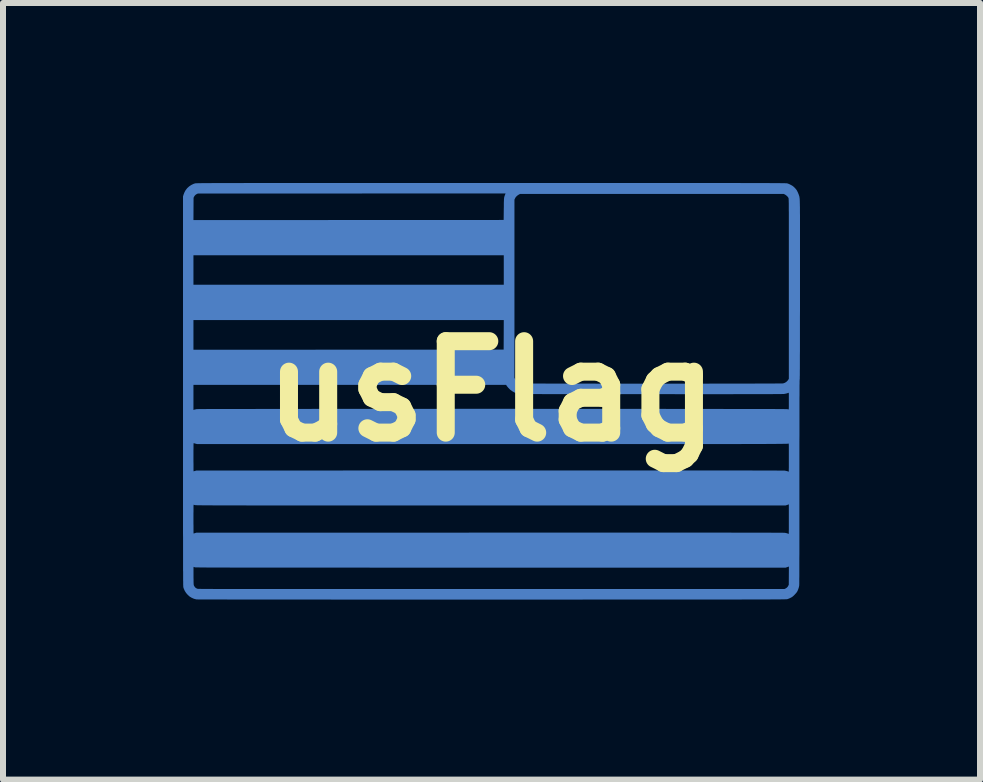
<source format=kicad_pcb>
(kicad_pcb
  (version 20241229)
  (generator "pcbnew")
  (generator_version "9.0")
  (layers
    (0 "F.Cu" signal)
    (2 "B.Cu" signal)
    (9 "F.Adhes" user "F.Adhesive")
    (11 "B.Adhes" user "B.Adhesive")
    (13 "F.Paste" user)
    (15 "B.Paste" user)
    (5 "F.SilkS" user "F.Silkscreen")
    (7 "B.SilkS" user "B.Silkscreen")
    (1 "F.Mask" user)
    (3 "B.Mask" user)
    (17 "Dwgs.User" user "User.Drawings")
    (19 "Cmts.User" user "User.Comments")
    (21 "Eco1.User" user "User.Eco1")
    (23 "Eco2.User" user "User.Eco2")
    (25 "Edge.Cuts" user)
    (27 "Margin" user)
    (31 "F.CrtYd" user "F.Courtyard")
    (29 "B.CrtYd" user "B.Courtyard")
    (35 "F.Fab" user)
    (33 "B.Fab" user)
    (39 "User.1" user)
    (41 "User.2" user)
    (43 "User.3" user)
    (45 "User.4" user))
  (footprint "usFlag"
    (layer "F.Cu")
    (at 5.141 3.471)
    (property "Reference" "usFlag" (at 0 0 0) (layer "F.SilkS") (effects (font (size 1.524 1.524) (thickness 0.3))))
    (attr through_hole)
    (pad "1" smd custom (at -0.9 -0.4) (size 0.5 0.5) (layers "B.Cu" "B.Mask") (options (anchor circle)) (primitives (gr_poly (pts (xy 1.329 -3.066) (xy 1.536 -3.066) (xy 1.736 -3.066) (xy 1.93 -3.066) (xy 2.118 -3.066) (xy 2.3 -3.066) (xy 2.476 -3.066) (xy 2.645 -3.066) (xy 2.809 -3.066) (xy 2.967 -3.066) (xy 3.12 -3.066) (xy 3.267 -3.066) (xy 3.408 -3.066) (xy 3.544 -3.066) (xy 3.675 -3.066) (xy 3.801 -3.066) (xy 3.922 -3.066) (xy 4.038 -3.066) (xy 4.149 -3.066) (xy 4.255 -3.066) (xy 4.357 -3.066) (xy 4.454 -3.066) (xy 4.547 -3.066) (xy 4.636 -3.066) (xy 4.72 -3.066) (xy 4.8 -3.066) (xy 4.876 -3.066) (xy 4.949 -3.066) (xy 5.017 -3.066) (xy 5.082 -3.065) (xy 5.143 -3.065) (xy 5.201 -3.065) (xy 5.256 -3.065) (xy 5.307 -3.065) (xy 5.355 -3.065) (xy 5.4 -3.065) (xy 5.441 -3.065) (xy 5.481 -3.065) (xy 5.517 -3.065) (xy 5.551 -3.064) (xy 5.582 -3.064) (xy 5.61 -3.064) (xy 5.637 -3.064) (xy 5.661 -3.064) (xy 5.683 -3.064) (xy 5.702 -3.064) (xy 5.72 -3.063) (xy 5.737 -3.063) (xy 5.751 -3.063) (xy 5.764 -3.063) (xy 5.775 -3.063) (xy 5.785 -3.063) (xy 5.793 -3.062) (xy 5.8 -3.062) (xy 5.807 -3.062) (xy 5.812 -3.062) (xy 5.816 -3.062) (xy 5.819 -3.061) (xy 5.822 -3.061) (xy 5.824 -3.061) (xy 5.826 -3.061) (xy 5.827 -3.06) (xy 5.828 -3.06) (xy 5.849 -3.053) (xy 5.871 -3.043) (xy 5.894 -3.031) (xy 5.915 -3.019) (xy 5.929 -3.008) (xy 5.959 -2.979) (xy 5.983 -2.949) (xy 6.001 -2.914) (xy 6.016 -2.877) (xy 6.018 -2.871) (xy 6.019 -2.867) (xy 6.021 -2.862) (xy 6.022 -2.858) (xy 6.024 -2.854) (xy 6.025 -2.85) (xy 6.026 -2.846) (xy 6.027 -2.841) (xy 6.028 -2.835) (xy 6.029 -2.828) (xy 6.03 -2.821) (xy 6.031 -2.812) (xy 6.032 -2.801) (xy 6.033 -2.789) (xy 6.033 -2.775) (xy 6.034 -2.759) (xy 6.034 -2.74) (xy 6.035 -2.719) (xy 6.035 -2.696) (xy 6.036 -2.67) (xy 6.036 -2.64) (xy 6.036 -2.608) (xy 6.036 -2.572) (xy 6.037 -2.532) (xy 6.037 -2.489) (xy 6.037 -2.442) (xy 6.037 -2.39) (xy 6.037 -2.334) (xy 6.037 -2.274) (xy 6.037 -2.209) (xy 6.037 -2.139) (xy 6.037 -2.064) (xy 6.037 -1.984) (xy 6.037 -1.898) (xy 6.037 -1.806) (xy 6.037 -1.709) (xy 6.037 -1.605) (xy 6.037 -1.495) (xy 6.037 -1.379) (xy 6.037 -1.295) (xy 6.037 -1.171) (xy 6.037 -1.053) (xy 6.037 -0.942) (xy 6.036 -0.838) (xy 6.036 -0.739) (xy 6.036 -0.646) (xy 6.036 -0.559) (xy 6.036 -0.478) (xy 6.036 -0.402) (xy 6.036 -0.332) (xy 6.036 -0.267) (xy 6.035 -0.207) (xy 6.035 -0.151) (xy 6.035 -0.101) (xy 6.035 -0.055) (xy 6.035 -0.013) (xy 6.035 0.024) (xy 6.034 0.058) (xy 6.034 0.087) (xy 6.034 0.113) (xy 6.034 0.135) (xy 6.033 0.154) (xy 6.033 0.17) (xy 6.033 0.182) (xy 6.033 0.191) (xy 6.032 0.198) (xy 6.032 0.202) (xy 6.032 0.204) (xy 6.031 0.206) (xy 6.031 0.21) (xy 6.031 0.217) (xy 6.03 0.227) (xy 6.03 0.24) (xy 6.03 0.256) (xy 6.03 0.275) (xy 6.029 0.298) (xy 6.029 0.324) (xy 6.029 0.354) (xy 6.029 0.387) (xy 6.029 0.425) (xy 6.029 0.466) (xy 6.028 0.512) (xy 6.028 0.562) (xy 6.028 0.617) (xy 6.028 0.677) (xy 6.028 0.741) (xy 6.028 0.811) (xy 6.028 0.885) (xy 6.028 0.965) (xy 6.028 1.05) (xy 6.028 1.141) (xy 6.027 1.238) (xy 6.027 1.341) (xy 6.027 1.449) (xy 6.027 1.564) (xy 6.027 1.685) (xy 6.027 1.813) (xy 6.027 1.916) (xy 6.027 2.049) (xy 6.027 2.178) (xy 6.027 2.302) (xy 6.027 2.421) (xy 6.027 2.535) (xy 6.027 2.645) (xy 6.027 2.749) (xy 6.027 2.847) (xy 6.027 2.941) (xy 6.027 3.029) (xy 6.027 3.111) (xy 6.026 3.188) (xy 6.026 3.259) (xy 6.026 3.324) (xy 6.026 3.384) (xy 6.026 3.437) (xy 6.026 3.485) (xy 6.025 3.526) (xy 6.025 3.561) (xy 6.025 3.589) (xy 6.025 3.611) (xy 6.024 3.627) (xy 6.024 3.636) (xy 6.024 3.638) (xy 6.018 3.666) (xy 6.009 3.695) (xy 5.998 3.722) (xy 5.991 3.736) (xy 5.983 3.748) (xy 5.971 3.763) (xy 5.957 3.778) (xy 5.946 3.79) (xy 5.931 3.805) (xy 5.919 3.815) (xy 5.908 3.824) (xy 5.896 3.831) (xy 5.882 3.838) (xy 5.866 3.846) (xy 5.849 3.853) (xy 5.835 3.858) (xy 5.829 3.86) (xy 5.828 3.86) (xy 5.827 3.861) (xy 5.825 3.861) (xy 5.822 3.861) (xy 5.819 3.861) (xy 5.815 3.862) (xy 5.81 3.862) (xy 5.805 3.862) (xy 5.798 3.862) (xy 5.789 3.862) (xy 5.78 3.863) (xy 5.769 3.863) (xy 5.757 3.863) (xy 5.743 3.863) (xy 5.727 3.863) (xy 5.71 3.864) (xy 5.691 3.864) (xy 5.669 3.864) (xy 5.646 3.864) (xy 5.62 3.864) (xy 5.592 3.864) (xy 5.561 3.864) (xy 5.528 3.865) (xy 5.493 3.865) (xy 5.454 3.865) (xy 5.413 3.865) (xy 5.369 3.865) (xy 5.322 3.865) (xy 5.271 3.865) (xy 5.218 3.865) (xy 5.161 3.865) (xy 5.1 3.865) (xy 5.036 3.866) (xy 4.969 3.866) (xy 4.897 3.866) (xy 4.822 3.866) (xy 4.743 3.866) (xy 4.659 3.866) (xy 4.572 3.866) (xy 4.48 3.866) (xy 4.384 3.866) (xy 4.283 3.866) (xy 4.178 3.866) (xy 4.068 3.866) (xy 3.953 3.866) (xy 3.833 3.866) (xy 3.709 3.866) (xy 3.579 3.866) (xy 3.444 3.866) (xy 3.303 3.866) (xy 3.158 3.866) (xy 3.006 3.866) (xy 2.85 3.866) (xy 2.687 3.866) (xy 2.519 3.866) (xy 2.344 3.867) (xy 2.164 3.867) (xy 1.977 3.867) (xy 1.785 3.867) (xy 1.586 3.867) (xy 1.38 3.867) (xy 1.168 3.867) (xy 0.949 3.867) (xy 0.905 3.867) (xy 0.711 3.867) (xy 0.52 3.867) (xy 0.331 3.867) (xy 0.145 3.867) (xy -0.039 3.867) (xy -0.22 3.867) (xy -0.398 3.867) (xy -0.573 3.867) (xy -0.745 3.867) (xy -0.914 3.867) (xy -1.08 3.867) (xy -1.242 3.867) (xy -1.401 3.867) (xy -1.556 3.867) (xy -1.708 3.867) (xy -1.855 3.866) (xy -1.999 3.866) (xy -2.139 3.866) (xy -2.274 3.866) (xy -2.406 3.866) (xy -2.533 3.866) (xy -2.655 3.866) (xy -2.773 3.866) (xy -2.886 3.866) (xy -2.995 3.866) (xy -3.099 3.866) (xy -3.198 3.866) (xy -3.291 3.866) (xy -3.38 3.866) (xy -3.463 3.866) (xy -3.541 3.865) (xy -3.613 3.865) (xy -3.68 3.865) (xy -3.741 3.865) (xy -3.796 3.865) (xy -3.846 3.865) (xy -3.889 3.865) (xy -3.926 3.865) (xy -3.957 3.865) (xy -3.982 3.865) (xy -4 3.864) (xy -4.012 3.864) (xy -4.016 3.864) (xy -4.017 3.864) (xy -4.056 3.854) (xy -4.093 3.838) (xy -4.128 3.817) (xy -4.158 3.79) (xy -4.185 3.759) (xy -4.207 3.725) (xy -4.224 3.686) (xy -4.23 3.668) (xy -4.23 3.667) (xy -4.23 3.665) (xy -4.231 3.663) (xy -4.231 3.66) (xy -4.231 3.657) (xy -4.232 3.653) (xy -4.232 3.647) (xy -4.232 3.641) (xy -4.232 3.634) (xy -4.233 3.625) (xy -4.233 3.614) (xy -4.233 3.602) (xy -4.233 3.589) (xy -4.233 3.573) (xy -4.234 3.556) (xy -4.234 3.536) (xy -4.234 3.514) (xy -4.234 3.49) (xy -4.234 3.463) (xy -4.234 3.434) (xy -4.234 3.402) (xy -4.235 3.393) (xy -4.071 3.393) (xy -4.071 3.42) (xy -4.071 3.454) (xy -4.071 3.472) (xy -4.071 3.508) (xy -4.07 3.539) (xy -4.07 3.563) (xy -4.07 3.583) (xy -4.069 3.599) (xy -4.069 3.611) (xy -4.068 3.62) (xy -4.067 3.627) (xy -4.066 3.632) (xy -4.065 3.636) (xy -4.063 3.64) (xy -4.062 3.643) (xy -4.049 3.664) (xy -4.033 3.681) (xy -4.011 3.693) (xy -3.999 3.697) (xy -3.997 3.697) (xy -3.993 3.698) (xy -3.987 3.698) (xy -3.978 3.698) (xy -3.967 3.698) (xy -3.953 3.698) (xy -3.937 3.699) (xy -3.917 3.699) (xy -3.895 3.699) (xy -3.87 3.699) (xy -3.842 3.699) (xy -3.811 3.699) (xy -3.776 3.699) (xy -3.738 3.7) (xy -3.697 3.7) (xy -3.652 3.7) (xy -3.604 3.7) (xy -3.552 3.7) (xy -3.496 3.7) (xy -3.436 3.7) (xy -3.373 3.7) (xy -3.305 3.7) (xy -3.233 3.7) (xy -3.157 3.7) (xy -3.077 3.701) (xy -2.992 3.701) (xy -2.903 3.701) (xy -2.809 3.701) (xy -2.711 3.701) (xy -2.608 3.701) (xy -2.5 3.701) (xy -2.387 3.701) (xy -2.269 3.701) (xy -2.145 3.701) (xy -2.017 3.701) (xy -1.883 3.701) (xy -1.744 3.701) (xy -1.6 3.701) (xy -1.45 3.701) (xy -1.294 3.701) (xy -1.132 3.701) (xy -0.965 3.701) (xy -0.792 3.701) (xy -0.613 3.701) (xy -0.427 3.701) (xy -0.235 3.701) (xy -0.038 3.701) (xy 0.167 3.701) (xy 0.377 3.701) (xy 0.595 3.701) (xy 0.819 3.701) (xy 0.9 3.701) (xy 5.785 3.7) (xy 5.801 3.693) (xy 5.823 3.679) (xy 5.841 3.661) (xy 5.85 3.645) (xy 5.86 3.626) (xy 5.861 3.47) (xy 5.862 3.314) (xy 5.802 3.335) (xy 0.67 3.335) (xy 0.456 3.335) (xy 0.249 3.335) (xy 0.048 3.335) (xy -0.146 3.335) (xy -0.334 3.335) (xy -0.516 3.335) (xy -0.692 3.335) (xy -0.861 3.335) (xy -1.025 3.335) (xy -1.184 3.334) (xy -1.336 3.334) (xy -1.483 3.334) (xy -1.625 3.334) (xy -1.761 3.334) (xy -1.892 3.334) (xy -2.018 3.334) (xy -2.139 3.334) (xy -2.255 3.334) (xy -2.366 3.334) (xy -2.473 3.334) (xy -2.574 3.334) (xy -2.672 3.334) (xy -2.765 3.334) (xy -2.853 3.334) (xy -2.938 3.334) (xy -3.018 3.334) (xy -3.094 3.334) (xy -3.166 3.334) (xy -3.235 3.334) (xy -3.3 3.334) (xy -3.361 3.334) (xy -3.419 3.334) (xy -3.473 3.333) (xy -3.525 3.333) (xy -3.573 3.333) (xy -3.617 3.333) (xy -3.659 3.333) (xy -3.698 3.333) (xy -3.735 3.333) (xy -3.768 3.333) (xy -3.799 3.333) (xy -3.828 3.333) (xy -3.854 3.332) (xy -3.878 3.332) (xy -3.9 3.332) (xy -3.92 3.332) (xy -3.938 3.332) (xy -3.954 3.332) (xy -3.968 3.331) (xy -3.981 3.331) (xy -3.992 3.331) (xy -4.001 3.331) (xy -4.01 3.331) (xy -4.017 3.33) (xy -4.023 3.33) (xy -4.028 3.33) (xy -4.032 3.33) (xy -4.035 3.33) (xy -4.038 3.329) (xy -4.04 3.329) (xy -4.041 3.329) (xy -4.042 3.329) (xy -4.053 3.325) (xy -4.062 3.322) (xy -4.067 3.321) (xy -4.068 3.321) (xy -4.069 3.322) (xy -4.07 3.326) (xy -4.07 3.332) (xy -4.071 3.341) (xy -4.071 3.354) (xy -4.071 3.371) (xy -4.071 3.393) (xy -4.235 3.393) (xy -4.235 3.367) (xy -4.235 3.329) (xy -4.235 3.288) (xy -4.235 3.244) (xy -4.235 3.197) (xy -4.235 3.145) (xy -4.235 3.091) (xy -4.235 3.032) (xy -4.235 2.97) (xy -4.235 2.903) (xy -4.235 2.833) (xy -4.236 2.758) (xy -4.236 2.679) (xy -4.236 2.595) (xy -4.236 2.522) (xy -4.072 2.522) (xy -4.072 2.53) (xy -4.072 2.57) (xy -4.072 2.608) (xy -4.071 2.644) (xy -4.071 2.677) (xy -4.071 2.706) (xy -4.071 2.73) (xy -4.071 2.751) (xy -4.07 2.765) (xy -4.07 2.775) (xy -4.07 2.777) (xy -4.066 2.777) (xy -4.057 2.774) (xy -4.046 2.771) (xy -4.044 2.77) (xy -4.019 2.762) (xy 0.871 2.761) (xy 1.106 2.761) (xy 1.334 2.761) (xy 1.556 2.761) (xy 1.771 2.761) (xy 1.979 2.761) (xy 2.182 2.761) (xy 2.377 2.761) (xy 2.567 2.761) (xy 2.75 2.761) (xy 2.927 2.761) (xy 3.098 2.761) (xy 3.263 2.761) (xy 3.422 2.761) (xy 3.575 2.761) (xy 3.723 2.761) (xy 3.864 2.761) (xy 4 2.761) (xy 4.131 2.761) (xy 4.255 2.761) (xy 4.375 2.761) (xy 4.489 2.761) (xy 4.597 2.761) (xy 4.701 2.761) (xy 4.799 2.761) (xy 4.892 2.761) (xy 4.98 2.762) (xy 5.063 2.762) (xy 5.142 2.762) (xy 5.215 2.762) (xy 5.283 2.762) (xy 5.347 2.762) (xy 5.407 2.762) (xy 5.461 2.762) (xy 5.512 2.762) (xy 5.557 2.762) (xy 5.599 2.763) (xy 5.636 2.763) (xy 5.669 2.763) (xy 5.698 2.763) (xy 5.722 2.763) (xy 5.743 2.763) (xy 5.76 2.763) (xy 5.773 2.764) (xy 5.782 2.764) (xy 5.787 2.764) (xy 5.789 2.764) (xy 5.805 2.767) (xy 5.822 2.771) (xy 5.836 2.776) (xy 5.836 2.776) (xy 5.847 2.78) (xy 5.855 2.783) (xy 5.859 2.784) (xy 5.859 2.781) (xy 5.86 2.771) (xy 5.86 2.756) (xy 5.86 2.735) (xy 5.861 2.71) (xy 5.861 2.681) (xy 5.861 2.648) (xy 5.861 2.612) (xy 5.861 2.574) (xy 5.861 2.533) (xy 5.861 2.531) (xy 5.861 2.277) (xy 5.832 2.288) (xy 5.802 2.298) (xy 0.67 2.298) (xy 0.456 2.298) (xy 0.249 2.298) (xy 0.048 2.298) (xy -0.146 2.298) (xy -0.334 2.298) (xy -0.516 2.298) (xy -0.692 2.298) (xy -0.861 2.298) (xy -1.025 2.298) (xy -1.184 2.298) (xy -1.336 2.298) (xy -1.483 2.298) (xy -1.625 2.298) (xy -1.761 2.298) (xy -1.892 2.298) (xy -2.018 2.298) (xy -2.139 2.298) (xy -2.255 2.298) (xy -2.366 2.298) (xy -2.473 2.298) (xy -2.574 2.298) (xy -2.672 2.298) (xy -2.765 2.298) (xy -2.853 2.298) (xy -2.938 2.298) (xy -3.018 2.298) (xy -3.094 2.298) (xy -3.166 2.298) (xy -3.235 2.297) (xy -3.3 2.297) (xy -3.361 2.297) (xy -3.419 2.297) (xy -3.473 2.297) (xy -3.525 2.297) (xy -3.573 2.297) (xy -3.617 2.297) (xy -3.659 2.297) (xy -3.698 2.297) (xy -3.735 2.297) (xy -3.768 2.296) (xy -3.799 2.296) (xy -3.828 2.296) (xy -3.854 2.296) (xy -3.878 2.296) (xy -3.9 2.296) (xy -3.92 2.296) (xy -3.938 2.295) (xy -3.954 2.295) (xy -3.968 2.295) (xy -3.981 2.295) (xy -3.992 2.295) (xy -4.001 2.295) (xy -4.01 2.294) (xy -4.017 2.294) (xy -4.023 2.294) (xy -4.028 2.294) (xy -4.032 2.293) (xy -4.035 2.293) (xy -4.038 2.293) (xy -4.04 2.293) (xy -4.041 2.292) (xy -4.042 2.292) (xy -4.053 2.289) (xy -4.062 2.286) (xy -4.066 2.284) (xy -4.067 2.284) (xy -4.068 2.286) (xy -4.069 2.289) (xy -4.07 2.295) (xy -4.07 2.303) (xy -4.071 2.315) (xy -4.071 2.33) (xy -4.071 2.35) (xy -4.071 2.373) (xy -4.071 2.402) (xy -4.072 2.436) (xy -4.072 2.476) (xy -4.072 2.522) (xy -4.236 2.522) (xy -4.236 2.507) (xy -4.236 2.414) (xy -4.236 2.316) (xy -4.236 2.213) (xy -4.236 2.104) (xy -4.236 1.991) (xy -4.236 1.872) (xy -4.236 1.748) (xy -4.236 1.618) (xy -4.236 1.499) (xy -4.072 1.499) (xy -4.072 1.538) (xy -4.072 1.576) (xy -4.071 1.612) (xy -4.071 1.644) (xy -4.071 1.672) (xy -4.071 1.696) (xy -4.071 1.716) (xy -4.07 1.73) (xy -4.07 1.739) (xy -4.07 1.741) (xy -4.066 1.74) (xy -4.057 1.738) (xy -4.046 1.734) (xy -4.044 1.734) (xy -4.019 1.726) (xy 0.871 1.725) (xy 1.106 1.725) (xy 1.334 1.725) (xy 1.556 1.725) (xy 1.771 1.725) (xy 1.979 1.725) (xy 2.182 1.725) (xy 2.377 1.725) (xy 2.567 1.725) (xy 2.75 1.725) (xy 2.927 1.725) (xy 3.098 1.725) (xy 3.263 1.725) (xy 3.422 1.725) (xy 3.575 1.725) (xy 3.723 1.725) (xy 3.864 1.725) (xy 4 1.725) (xy 4.131 1.725) (xy 4.255 1.725) (xy 4.375 1.725) (xy 4.489 1.725) (xy 4.597 1.725) (xy 4.701 1.725) (xy 4.799 1.725) (xy 4.892 1.725) (xy 4.98 1.725) (xy 5.063 1.725) (xy 5.142 1.725) (xy 5.215 1.725) (xy 5.283 1.726) (xy 5.347 1.726) (xy 5.407 1.726) (xy 5.461 1.726) (xy 5.512 1.726) (xy 5.557 1.726) (xy 5.599 1.726) (xy 5.636 1.726) (xy 5.669 1.727) (xy 5.698 1.727) (xy 5.722 1.727) (xy 5.743 1.727) (xy 5.76 1.727) (xy 5.773 1.727) (xy 5.782 1.727) (xy 5.787 1.728) (xy 5.789 1.728) (xy 5.805 1.731) (xy 5.822 1.735) (xy 5.836 1.739) (xy 5.836 1.739) (xy 5.847 1.743) (xy 5.855 1.746) (xy 5.859 1.748) (xy 5.859 1.744) (xy 5.86 1.735) (xy 5.86 1.72) (xy 5.86 1.699) (xy 5.861 1.674) (xy 5.861 1.645) (xy 5.861 1.613) (xy 5.861 1.577) (xy 5.861 1.539) (xy 5.861 1.505) (xy 5.861 1.458) (xy 5.861 1.418) (xy 5.861 1.383) (xy 5.861 1.353) (xy 5.861 1.329) (xy 5.861 1.31) (xy 5.86 1.294) (xy 5.86 1.282) (xy 5.859 1.274) (xy 5.859 1.269) (xy 5.858 1.266) (xy 5.857 1.265) (xy 5.857 1.265) (xy 5.856 1.265) (xy 5.854 1.266) (xy 5.853 1.266) (xy 5.852 1.267) (xy 5.85 1.267) (xy 5.848 1.267) (xy 5.845 1.268) (xy 5.842 1.268) (xy 5.838 1.269) (xy 5.833 1.269) (xy 5.828 1.269) (xy 5.821 1.27) (xy 5.813 1.27) (xy 5.804 1.27) (xy 5.794 1.27) (xy 5.782 1.271) (xy 5.769 1.271) (xy 5.754 1.271) (xy 5.738 1.272) (xy 5.719 1.272) (xy 5.699 1.272) (xy 5.677 1.272) (xy 5.652 1.272) (xy 5.626 1.273) (xy 5.596 1.273) (xy 5.565 1.273) (xy 5.531 1.273) (xy 5.494 1.273) (xy 5.455 1.274) (xy 5.412 1.274) (xy 5.367 1.274) (xy 5.319 1.274) (xy 5.267 1.274) (xy 5.212 1.274) (xy 5.154 1.274) (xy 5.092 1.274) (xy 5.027 1.275) (xy 4.958 1.275) (xy 4.885 1.275) (xy 4.809 1.275) (xy 4.728 1.275) (xy 4.643 1.275) (xy 4.555 1.275) (xy 4.461 1.275) (xy 4.364 1.275) (xy 4.262 1.275) (xy 4.155 1.275) (xy 4.043 1.275) (xy 3.927 1.275) (xy 3.806 1.275) (xy 3.68 1.275) (xy 3.548 1.275) (xy 3.412 1.275) (xy 3.27 1.275) (xy 3.122 1.275) (xy 2.969 1.275) (xy 2.811 1.275) (xy 2.646 1.275) (xy 2.476 1.275) (xy 2.3 1.275) (xy 2.118 1.275) (xy 1.93 1.275) (xy 1.735 1.275) (xy 1.534 1.275) (xy 1.327 1.275) (xy -4.006 1.275) (xy -4.033 1.268) (xy -4.046 1.264) (xy -4.057 1.261) (xy -4.065 1.259) (xy -4.066 1.258) (xy -4.067 1.258) (xy -4.068 1.259) (xy -4.069 1.261) (xy -4.069 1.265) (xy -4.07 1.271) (xy -4.07 1.28) (xy -4.071 1.293) (xy -4.071 1.308) (xy -4.071 1.328) (xy -4.071 1.353) (xy -4.072 1.382) (xy -4.072 1.417) (xy -4.072 1.458) (xy -4.072 1.499) (xy -4.236 1.499) (xy -4.236 1.482) (xy -4.236 1.34) (xy -4.236 1.192) (xy -4.236 1.038) (xy -4.236 0.878) (xy -4.236 0.711) (xy -4.236 0.538) (xy -4.236 0.288) (xy -4.072 0.288) (xy -4.072 0.718) (xy -4.057 0.713) (xy -4.047 0.71) (xy -4.033 0.707) (xy -4.017 0.704) (xy -4.015 0.703) (xy -4.01 0.703) (xy -3.998 0.703) (xy -3.981 0.702) (xy -3.956 0.702) (xy -3.926 0.702) (xy -3.89 0.702) (xy -3.847 0.701) (xy -3.799 0.701) (xy -3.746 0.701) (xy -3.686 0.701) (xy -3.622 0.701) (xy -3.552 0.7) (xy -3.478 0.7) (xy -3.398 0.7) (xy -3.314 0.7) (xy -3.225 0.7) (xy -3.132 0.7) (xy -3.034 0.7) (xy -2.933 0.699) (xy -2.827 0.699) (xy -2.718 0.699) (xy -2.604 0.699) (xy -2.488 0.699) (xy -2.367 0.699) (xy -2.244 0.699) (xy -2.117 0.699) (xy -1.988 0.698) (xy -1.855 0.698) (xy -1.72 0.698) (xy -1.583 0.698) (xy -1.443 0.698) (xy -1.3 0.698) (xy -1.156 0.698) (xy -1.01 0.698) (xy -0.861 0.698) (xy -0.712 0.698) (xy -0.56 0.698) (xy -0.408 0.698) (xy -0.254 0.698) (xy -0.099 0.698) (xy 0.057 0.698) (xy 0.214 0.698) (xy 0.371 0.697) (xy 0.529 0.697) (xy 0.687 0.697) (xy 0.845 0.697) (xy 1.004 0.697) (xy 1.162 0.697) (xy 1.32 0.697) (xy 1.478 0.698) (xy 1.635 0.698) (xy 1.792 0.698) (xy 1.947 0.698) (xy 2.102 0.698) (xy 2.256 0.698) (xy 2.408 0.698) (xy 2.559 0.698) (xy 2.708 0.698) (xy 2.856 0.698) (xy 3.002 0.698) (xy 3.146 0.698) (xy 3.288 0.698) (xy 3.427 0.698) (xy 3.564 0.698) (xy 3.699 0.698) (xy 3.83 0.699) (xy 3.959 0.699) (xy 4.085 0.699) (xy 4.208 0.699) (xy 4.327 0.699) (xy 4.443 0.699) (xy 4.556 0.699) (xy 4.664 0.699) (xy 4.769 0.7) (xy 4.87 0.7) (xy 4.966 0.7) (xy 5.058 0.7) (xy 5.146 0.7) (xy 5.229 0.7) (xy 5.307 0.7) (xy 5.381 0.701) (xy 5.449 0.701) (xy 5.512 0.701) (xy 5.57 0.701) (xy 5.623 0.701) (xy 5.669 0.702) (xy 5.71 0.702) (xy 5.745 0.702) (xy 5.774 0.702) (xy 5.797 0.703) (xy 5.813 0.703) (xy 5.823 0.703) (xy 5.826 0.703) (xy 5.839 0.705) (xy 5.85 0.707) (xy 5.856 0.708) (xy 5.857 0.708) (xy 5.858 0.707) (xy 5.859 0.702) (xy 5.86 0.694) (xy 5.86 0.682) (xy 5.861 0.666) (xy 5.861 0.644) (xy 5.861 0.617) (xy 5.861 0.584) (xy 5.861 0.562) (xy 5.861 0.527) (xy 5.861 0.498) (xy 5.861 0.474) (xy 5.861 0.456) (xy 5.861 0.442) (xy 5.86 0.432) (xy 5.86 0.425) (xy 5.859 0.421) (xy 5.858 0.419) (xy 5.857 0.418) (xy 5.856 0.419) (xy 5.837 0.425) (xy 5.815 0.432) (xy 5.792 0.437) (xy 5.775 0.44) (xy 5.771 0.441) (xy 5.764 0.441) (xy 5.752 0.441) (xy 5.737 0.441) (xy 5.717 0.442) (xy 5.694 0.442) (xy 5.666 0.442) (xy 5.634 0.442) (xy 5.597 0.442) (xy 5.556 0.443) (xy 5.51 0.443) (xy 5.459 0.443) (xy 5.403 0.443) (xy 5.342 0.443) (xy 5.277 0.443) (xy 5.206 0.443) (xy 5.13 0.443) (xy 5.048 0.443) (xy 4.961 0.443) (xy 4.868 0.444) (xy 4.77 0.444) (xy 4.665 0.444) (xy 4.555 0.444) (xy 4.439 0.444) (xy 4.316 0.444) (xy 4.188 0.444) (xy 4.053 0.444) (xy 3.912 0.443) (xy 3.764 0.443) (xy 3.609 0.443) (xy 3.555 0.443) (xy 1.362 0.442) (xy 1.336 0.435) (xy 1.292 0.419) (xy 1.252 0.397) (xy 1.216 0.371) (xy 1.185 0.34) (xy 1.162 0.312) (xy 1.146 0.288) (xy -4.072 0.288) (xy -4.236 0.288) (xy -4.236 -0.792) (xy -4.072 -0.792) (xy -4.072 -0.287) (xy -1.482 -0.288) (xy 1.108 -0.289) (xy 1.109 -0.541) (xy 1.11 -0.792) (xy -4.072 -0.792) (xy -4.236 -0.792) (xy -4.236 -1.872) (xy -4.072 -1.872) (xy -4.072 -1.371) (xy 1.11 -1.371) (xy 1.11 -1.872) (xy -4.072 -1.872) (xy -4.236 -1.872) (xy -4.236 -2.448) (xy -4.072 -2.448) (xy 1.108 -2.45) (xy 1.11 -2.633) (xy 1.111 -2.674) (xy 1.111 -2.709) (xy 1.111 -2.738) (xy 1.112 -2.763) (xy 1.113 -2.784) (xy 1.113 -2.795) (xy 1.278 -2.795) (xy 1.278 0.175) (xy 1.288 0.198) (xy 1.303 0.222) (xy 1.323 0.243) (xy 1.346 0.26) (xy 1.372 0.271) (xy 1.384 0.274) (xy 1.389 0.275) (xy 1.4 0.275) (xy 1.417 0.275) (xy 1.441 0.275) (xy 1.47 0.275) (xy 1.505 0.276) (xy 1.546 0.276) (xy 1.592 0.276) (xy 1.642 0.276) (xy 1.698 0.276) (xy 1.758 0.276) (xy 1.823 0.277) (xy 1.891 0.277) (xy 1.964 0.277) (xy 2.04 0.277) (xy 2.12 0.277) (xy 2.203 0.277) (xy 2.289 0.277) (xy 2.378 0.277) (xy 2.469 0.277) (xy 2.563 0.277) (xy 2.659 0.278) (xy 2.757 0.278) (xy 2.857 0.278) (xy 2.958 0.278) (xy 3.061 0.278) (xy 3.164 0.278) (xy 3.269 0.278) (xy 3.374 0.278) (xy 3.479 0.278) (xy 3.585 0.278) (xy 3.691 0.278) (xy 3.796 0.278) (xy 3.901 0.278) (xy 4.005 0.278) (xy 4.109 0.278) (xy 4.211 0.278) (xy 4.312 0.278) (xy 4.411 0.278) (xy 4.509 0.278) (xy 4.604 0.277) (xy 4.697 0.277) (xy 4.788 0.277) (xy 4.877 0.277) (xy 4.962 0.277) (xy 5.044 0.277) (xy 5.123 0.277) (xy 5.199 0.277) (xy 5.27 0.277) (xy 5.338 0.276) (xy 5.401 0.276) (xy 5.461 0.276) (xy 5.515 0.276) (xy 5.565 0.276) (xy 5.609 0.276) (xy 5.648 0.275) (xy 5.682 0.275) (xy 5.71 0.275) (xy 5.732 0.275) (xy 5.748 0.275) (xy 5.758 0.274) (xy 5.761 0.274) (xy 5.788 0.265) (xy 5.813 0.251) (xy 5.835 0.231) (xy 5.852 0.209) (xy 5.861 0.192) (xy 5.861 -1.309) (xy 5.861 -1.429) (xy 5.861 -1.542) (xy 5.861 -1.649) (xy 5.861 -1.75) (xy 5.861 -1.845) (xy 5.861 -1.934) (xy 5.861 -2.018) (xy 5.861 -2.096) (xy 5.861 -2.168) (xy 5.861 -2.236) (xy 5.861 -2.299) (xy 5.861 -2.357) (xy 5.861 -2.41) (xy 5.861 -2.459) (xy 5.861 -2.504) (xy 5.861 -2.545) (xy 5.861 -2.583) (xy 5.86 -2.616) (xy 5.86 -2.647) (xy 5.86 -2.674) (xy 5.86 -2.698) (xy 5.86 -2.719) (xy 5.86 -2.738) (xy 5.859 -2.754) (xy 5.859 -2.768) (xy 5.859 -2.779) (xy 5.858 -2.789) (xy 5.858 -2.797) (xy 5.858 -2.804) (xy 5.857 -2.809) (xy 5.857 -2.813) (xy 5.857 -2.817) (xy 5.856 -2.819) (xy 5.856 -2.821) (xy 5.855 -2.822) (xy 5.855 -2.823) (xy 5.846 -2.838) (xy 5.832 -2.854) (xy 5.816 -2.868) (xy 5.799 -2.88) (xy 5.792 -2.884) (xy 5.772 -2.894) (xy 1.376 -2.894) (xy 1.356 -2.884) (xy 1.334 -2.87) (xy 1.313 -2.852) (xy 1.295 -2.83) (xy 1.289 -2.818) (xy 1.278 -2.795) (xy 1.113 -2.795) (xy 1.113 -2.801) (xy 1.115 -2.815) (xy 1.116 -2.826) (xy 1.118 -2.836) (xy 1.121 -2.845) (xy 1.123 -2.854) (xy 1.127 -2.863) (xy 1.131 -2.873) (xy 1.133 -2.879) (xy 1.143 -2.902) (xy -1.426 -2.901) (xy -3.995 -2.9) (xy -4.013 -2.892) (xy -4.034 -2.879) (xy -4.051 -2.861) (xy -4.062 -2.843) (xy -4.07 -2.826) (xy -4.071 -2.637) (xy -4.072 -2.448) (xy -4.236 -2.448) (xy -4.236 -2.846) (xy -4.228 -2.873) (xy -4.213 -2.912) (xy -4.193 -2.949) (xy -4.167 -2.982) (xy -4.136 -3.01) (xy -4.102 -3.033) (xy -4.063 -3.052) (xy -4.038 -3.06) (xy -4.037 -3.06) (xy -4.035 -3.061) (xy -4.033 -3.061) (xy -4.031 -3.061) (xy -4.028 -3.061) (xy -4.024 -3.062) (xy -4.019 -3.062) (xy -4.014 -3.062) (xy -4.007 -3.062) (xy -3.999 -3.062) (xy -3.99 -3.063) (xy -3.979 -3.063) (xy -3.967 -3.063) (xy -3.954 -3.063) (xy -3.939 -3.063) (xy -3.922 -3.064) (xy -3.903 -3.064) (xy -3.882 -3.064) (xy -3.859 -3.064) (xy -3.834 -3.064) (xy -3.807 -3.064) (xy -3.777 -3.064) (xy -3.745 -3.065) (xy -3.71 -3.065) (xy -3.672 -3.065) (xy -3.632 -3.065) (xy -3.588 -3.065) (xy -3.542 -3.065) (xy -3.493 -3.065) (xy -3.44 -3.065) (xy -3.384 -3.065) (xy -3.325 -3.065) (xy -3.262 -3.065) (xy -3.195 -3.066) (xy -3.125 -3.066) (xy -3.051 -3.066) (xy -2.973 -3.066) (xy -2.891 -3.066) (xy -2.805 -3.066) (xy -2.714 -3.066) (xy -2.619 -3.066) (xy -2.52 -3.066) (xy -2.416 -3.066) (xy -2.308 -3.066) (xy -2.194 -3.066) (xy -2.076 -3.066) (xy -1.953 -3.066) (xy -1.825 -3.066) (xy -1.692 -3.066) (xy -1.553 -3.066) (xy -1.409 -3.066) (xy -1.259 -3.066) (xy -1.104 -3.066) (xy -0.944 -3.066) (xy -0.777 -3.066) (xy -0.605 -3.066) (xy -0.426 -3.066) (xy -0.242 -3.066) (xy -0.051 -3.066) (xy 0.146 -3.066) (xy 0.35 -3.066) (xy 0.559 -3.066) (xy 1.115 -3.066) (xy 1.329 -3.066)) (width 0.01) (fill yes)))))
  (gr_rect
    (start -3 -3)
    (end 13.283 9.943)
    (stroke (width 0.1) (type default))
    (fill no)
    (layer "Edge.Cuts")))
</source>
